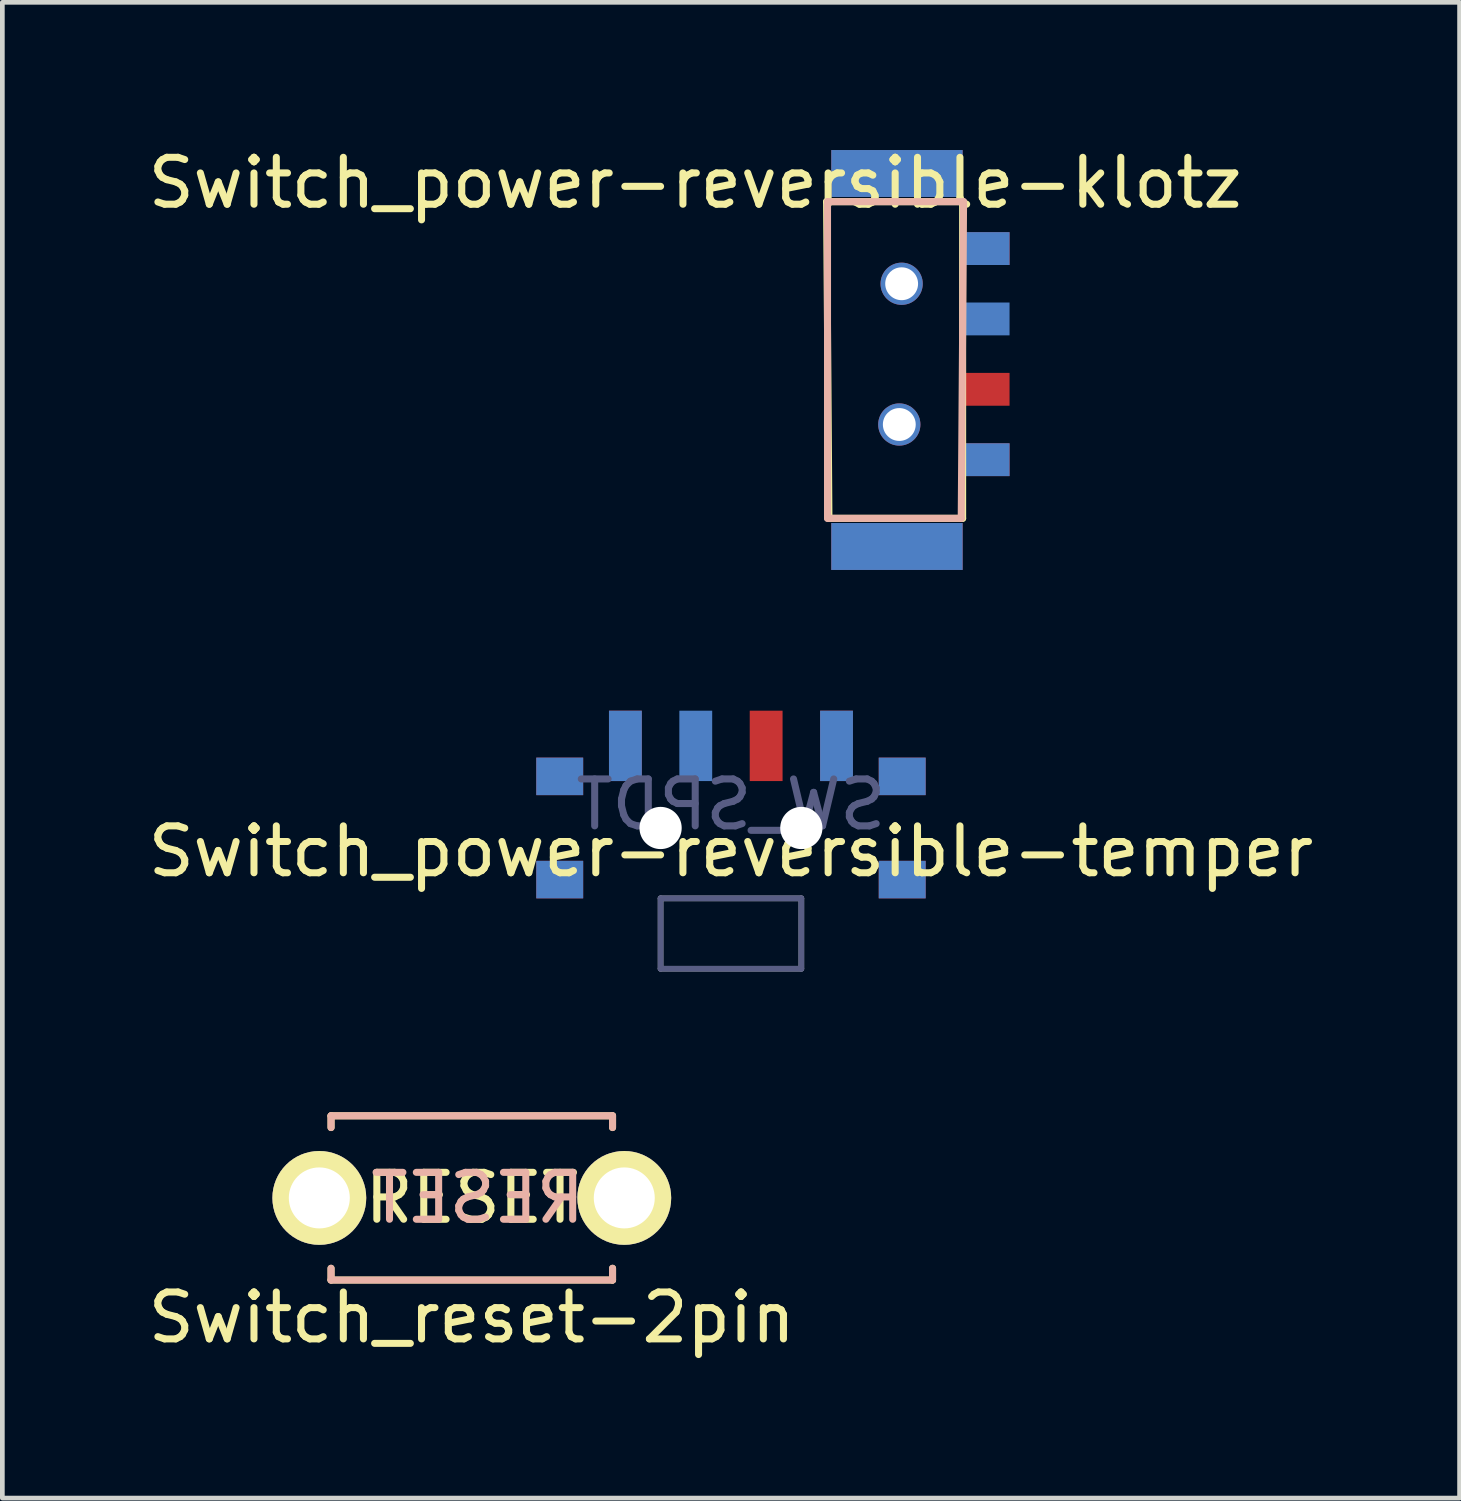
<source format=kicad_pcb>
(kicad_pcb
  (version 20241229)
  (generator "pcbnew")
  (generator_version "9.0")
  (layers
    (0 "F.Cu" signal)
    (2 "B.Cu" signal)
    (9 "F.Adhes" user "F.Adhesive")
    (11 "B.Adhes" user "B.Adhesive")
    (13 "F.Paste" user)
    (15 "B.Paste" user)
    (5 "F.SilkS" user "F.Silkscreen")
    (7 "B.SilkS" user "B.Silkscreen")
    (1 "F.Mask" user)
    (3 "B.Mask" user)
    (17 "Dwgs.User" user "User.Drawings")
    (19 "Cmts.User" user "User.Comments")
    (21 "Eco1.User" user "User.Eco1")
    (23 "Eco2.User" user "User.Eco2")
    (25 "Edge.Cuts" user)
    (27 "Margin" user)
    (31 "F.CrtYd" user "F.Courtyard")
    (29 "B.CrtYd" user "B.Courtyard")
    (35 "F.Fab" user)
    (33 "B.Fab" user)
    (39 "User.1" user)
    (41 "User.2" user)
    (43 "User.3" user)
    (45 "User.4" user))
  (footprint "Switch_power-reversible-klotz"
    (layer "F.Cu")
    (at 16.168 4.548)
    (property "Reference" "Switch_power-reversible-klotz" (at -4.4 -3.7 0) (layer "F.SilkS") (effects (font (size 1 1) (thickness 0.15))))
    (attr through_hole)
    (fp_line (start -1.6 -3.3) (end 1.3 -3.3) (stroke (width 0.15) (type solid)) (layer "F.SilkS"))
    (fp_line (start -1.55 3.45) (end -1.6 -3.3) (stroke (width 0.15) (type solid)) (layer "F.SilkS"))
    (fp_line (start 1.3 -3.3) (end 1.3 3.45) (stroke (width 0.15) (type solid)) (layer "F.SilkS"))
    (fp_line (start 1.3 3.45) (end -1.55 3.45) (stroke (width 0.15) (type solid)) (layer "F.SilkS"))
    (fp_line (start -1.58 -3.3) (end -1.58 3.45) (stroke (width 0.15) (type solid)) (layer "B.SilkS"))
    (fp_line (start -1.58 3.45) (end 1.27 3.45) (stroke (width 0.15) (type solid)) (layer "B.SilkS"))
    (fp_line (start 1.27 3.45) (end 1.32 -3.3) (stroke (width 0.15) (type solid)) (layer "B.SilkS"))
    (fp_line (start 1.32 -3.3) (end -1.58 -3.3) (stroke (width 0.15) (type solid)) (layer "B.SilkS"))
    (pad "" np_thru_hole circle (at -0.05 1.45) (size 0.9 0.9) (drill 0.7) (layers "*.Cu" "*.Mask"))
    (pad "" np_thru_hole circle (at 0 -1.55) (size 0.9 0.9) (drill 0.7) (layers "*.Cu" "*.Mask"))
    (pad "1" smd rect (at 1.8 -2.3 90) (size 0.7 1) (layers "F.Cu" "F.Mask" "F.Paste"))
    (pad "1" smd rect (at 1.8 2.2 270) (size 0.7 1) (layers "B.Cu" "B.Mask" "B.Paste"))
    (pad "2" smd rect (at 1.8 -0.8 270) (size 0.7 1) (layers "B.Cu" "B.Mask" "B.Paste"))
    (pad "2" smd rect (at 1.8 0.7 90) (size 0.7 1) (layers "F.Cu" "F.Mask" "F.Paste"))
    (pad "3" smd rect (at 1.8 -2.3 270) (size 0.7 1) (layers "B.Cu" "B.Mask" "B.Paste"))
    (pad "3" smd rect (at 1.8 2.2 90) (size 0.7 1) (layers "F.Cu" "F.Mask" "F.Paste"))
    (pad "NC" smd rect (at -0.1 -3.9) (size 2.8 1) (layers "F.Cu" "F.Mask" "F.Paste"))
    (pad "NC" smd rect (at -0.1 -3.9) (size 2.8 1) (layers "B.Cu" "B.Mask" "B.Paste"))
    (pad "NC" smd rect (at -0.1 4.05) (size 2.8 1) (layers "F.Cu" "F.Mask" "F.Paste"))
    (pad "NC" smd rect (at -0.1 4.05) (size 2.8 1) (layers "B.Cu" "B.Mask" "B.Paste")))
  (footprint "Switch_reset-2pin"
    (layer "F.Cu")
    (at 7.006 22.483)
    (property "Reference" "Switch_reset-2pin" (at 0 2.55 0) (layer "F.SilkS") (effects (font (size 1 1) (thickness 0.15))))
    (attr through_hole)
    (fp_line (start -3 -1.75) (end -3 -1.5) (stroke (width 0.15) (type solid)) (layer "F.SilkS"))
    (fp_line (start -3 -1.75) (end 3 -1.75) (stroke (width 0.15) (type solid)) (layer "F.SilkS"))
    (fp_line (start -3 1.75) (end -3 1.5) (stroke (width 0.15) (type solid)) (layer "F.SilkS"))
    (fp_line (start -3 1.75) (end 3 1.75) (stroke (width 0.15) (type solid)) (layer "F.SilkS"))
    (fp_line (start 3 -1.75) (end 3 -1.5) (stroke (width 0.15) (type solid)) (layer "F.SilkS"))
    (fp_line (start 3 1.75) (end 3 1.5) (stroke (width 0.15) (type solid)) (layer "F.SilkS"))
    (fp_line (start -3 -1.75) (end 3 -1.75) (stroke (width 0.15) (type solid)) (layer "B.SilkS"))
    (fp_line (start -3 -1.5) (end -3 -1.75) (stroke (width 0.15) (type solid)) (layer "B.SilkS"))
    (fp_line (start -3 1.75) (end -3 1.5) (stroke (width 0.15) (type solid)) (layer "B.SilkS"))
    (fp_line (start 3 -1.75) (end 3 -1.5) (stroke (width 0.15) (type solid)) (layer "B.SilkS"))
    (fp_line (start 3 1.5) (end 3 1.75) (stroke (width 0.15) (type solid)) (layer "B.SilkS"))
    (fp_line (start 3 1.75) (end -3 1.75) (stroke (width 0.15) (type solid)) (layer "B.SilkS"))
    (fp_text user "RESET" (at 0 0 0) (layer "F.SilkS") (effects (font (size 1 1) (thickness 0.15))))
    (fp_text user "RESET" (at 0.127 0 0) (layer "B.SilkS") (effects (font (size 1 1) (thickness 0.15)) (justify mirror)))
    (pad "1" thru_hole circle (at 3.25 0) (size 2 2) (drill 1.3) (layers "*.Cu" "*.Mask" "F.SilkS"))
    (pad "2" thru_hole circle (at -3.25 0) (size 2 2) (drill 1.3) (layers "*.Cu" "*.Mask" "F.SilkS")))
  (footprint "Switch_power-reversible-temper"
    (layer "F.Cu")
    (at 12.53 14.598)
    (property "Reference" "Switch_power-reversible-temper" (at 0 0.5 0) (layer "F.SilkS") (effects (font (size 1 1) (thickness 0.15))))
    (fp_poly (pts (xy -4.1 -0.75) (xy -4.1 -1.45) (xy -3.2 -1.45) (xy -3.2 -0.75)) (stroke (width 0.1) (type solid)) (fill yes) (layer "F.Mask"))
    (fp_poly (pts (xy -4.1 1.45) (xy -4.1 0.75) (xy -3.2 0.75) (xy -3.2 1.45)) (stroke (width 0.1) (type solid)) (fill yes) (layer "F.Mask"))
    (fp_poly (pts (xy -2.55 -1.05) (xy -2.55 -2.45) (xy -1.95 -2.45) (xy -1.95 -1.05)) (stroke (width 0.1) (type solid)) (fill yes) (layer "F.Mask"))
    (fp_poly (pts (xy 0.45 -1.05) (xy 0.45 -2.45) (xy 1.05 -2.45) (xy 1.05 -1.05)) (stroke (width 0.1) (type solid)) (fill yes) (layer "F.Mask"))
    (fp_poly (pts (xy 1.95 -1.05) (xy 1.95 -2.45) (xy 2.55 -2.45) (xy 2.55 -1.05)) (stroke (width 0.1) (type solid)) (fill yes) (layer "F.Mask"))
    (fp_poly (pts (xy 3.2 -0.75) (xy 3.2 -1.45) (xy 4.1 -1.45) (xy 4.1 -0.75)) (stroke (width 0.1) (type solid)) (fill yes) (layer "F.Mask"))
    (fp_poly (pts (xy 3.2 1.45) (xy 3.2 0.75) (xy 4.1 0.75) (xy 4.1 1.45)) (stroke (width 0.1) (type solid)) (fill yes) (layer "F.Mask"))
    (fp_poly (pts (xy -3.2 -0.75) (xy -3.2 -1.45) (xy -4.1 -1.45) (xy -4.1 -0.75)) (stroke (width 0.1) (type solid)) (fill yes) (layer "B.Mask"))
    (fp_poly (pts (xy -3.2 1.45) (xy -3.2 0.75) (xy -4.1 0.75) (xy -4.1 1.45)) (stroke (width 0.1) (type solid)) (fill yes) (layer "B.Mask"))
    (fp_poly (pts (xy -1.95 -1.05) (xy -1.95 -2.45) (xy -2.55 -2.45) (xy -2.55 -1.05)) (stroke (width 0.1) (type solid)) (fill yes) (layer "B.Mask"))
    (fp_poly (pts (xy -0.45 -1.05) (xy -0.45 -2.45) (xy -1.05 -2.45) (xy -1.05 -1.05)) (stroke (width 0.1) (type solid)) (fill yes) (layer "B.Mask"))
    (fp_poly (pts (xy 2.55 -1.05) (xy 2.55 -2.45) (xy 1.95 -2.45) (xy 1.95 -1.05)) (stroke (width 0.1) (type solid)) (fill yes) (layer "B.Mask"))
    (fp_poly (pts (xy 4.1 -0.75) (xy 4.1 -1.45) (xy 3.2 -1.45) (xy 3.2 -0.75)) (stroke (width 0.1) (type solid)) (fill yes) (layer "B.Mask"))
    (fp_poly (pts (xy 4.1 1.45) (xy 4.1 0.75) (xy 3.2 0.75) (xy 3.2 1.45)) (stroke (width 0.1) (type solid)) (fill yes) (layer "B.Mask"))
    (fp_line (start -1.5 1.5) (end 1.5 1.5) (stroke (width 0.12) (type solid)) (layer "B.Fab"))
    (fp_line (start -1.5 3) (end -1.5 1.5) (stroke (width 0.12) (type solid)) (layer "B.Fab"))
    (fp_line (start 1.5 1.5) (end 1.5 3) (stroke (width 0.12) (type solid)) (layer "B.Fab"))
    (fp_line (start 1.5 3) (end -1.5 3) (stroke (width 0.12) (type solid)) (layer "B.Fab"))
    (fp_line (start -1.5 1.5) (end -1.5 3) (stroke (width 0.12) (type solid)) (layer "F.Fab"))
    (fp_line (start -1.5 3) (end 1.5 3) (stroke (width 0.12) (type solid)) (layer "F.Fab"))
    (fp_line (start 1.5 1.5) (end -1.5 1.5) (stroke (width 0.12) (type solid)) (layer "F.Fab"))
    (fp_line (start 1.5 3) (end 1.5 1.5) (stroke (width 0.12) (type solid)) (layer "F.Fab"))
    (fp_text user "SW_SPDT" (at 0 -0.5 0) (layer "B.Fab") (effects (font (size 1 1) (thickness 0.15)) (justify mirror)))
    (pad "" smd rect (at -3.65 -1.1) (size 1 0.8) (layers "F.Cu"))
    (pad "" smd rect (at -3.65 -1.1 180) (size 1 0.8) (layers "B.Cu"))
    (pad "" smd rect (at -3.65 1.1) (size 1 0.8) (layers "F.Cu"))
    (pad "" smd rect (at -3.65 1.1 180) (size 1 0.8) (layers "B.Cu"))
    (pad "" np_thru_hole circle (at -1.5 0 180) (size 0.9 0.9) (drill 0.9) (layers "*.Cu" "*.Mask"))
    (pad "" np_thru_hole circle (at 1.5 0 180) (size 0.9 0.9) (drill 0.9) (layers "*.Cu" "*.Mask"))
    (pad "" smd rect (at 3.65 -1.1) (size 1 0.8) (layers "F.Cu"))
    (pad "" smd rect (at 3.65 -1.1 180) (size 1 0.8) (layers "B.Cu"))
    (pad "" smd rect (at 3.65 1.1) (size 1 0.8) (layers "F.Cu"))
    (pad "" smd rect (at 3.65 1.1 180) (size 1 0.8) (layers "B.Cu"))
    (pad "1" smd rect (at -2.25 -1.75) (size 0.7 1.5) (layers "F.Cu"))
    (pad "1" smd rect (at -2.25 -1.75 180) (size 0.7 1.5) (layers "B.Cu"))
    (pad "2" smd rect (at -0.75 -1.75 180) (size 0.7 1.5) (layers "B.Cu"))
    (pad "2" smd rect (at 0.75 -1.75) (size 0.7 1.5) (layers "F.Cu"))
    (pad "3" smd rect (at 2.25 -1.75) (size 0.7 1.5) (layers "F.Cu"))
    (pad "3" smd rect (at 2.25 -1.75 180) (size 0.7 1.5) (layers "B.Cu")))
  (gr_rect
    (start -3 -3)
    (end 28.06 28.881)
    (stroke (width 0.1) (type default))
    (fill no)
    (layer "Edge.Cuts")))
</source>
